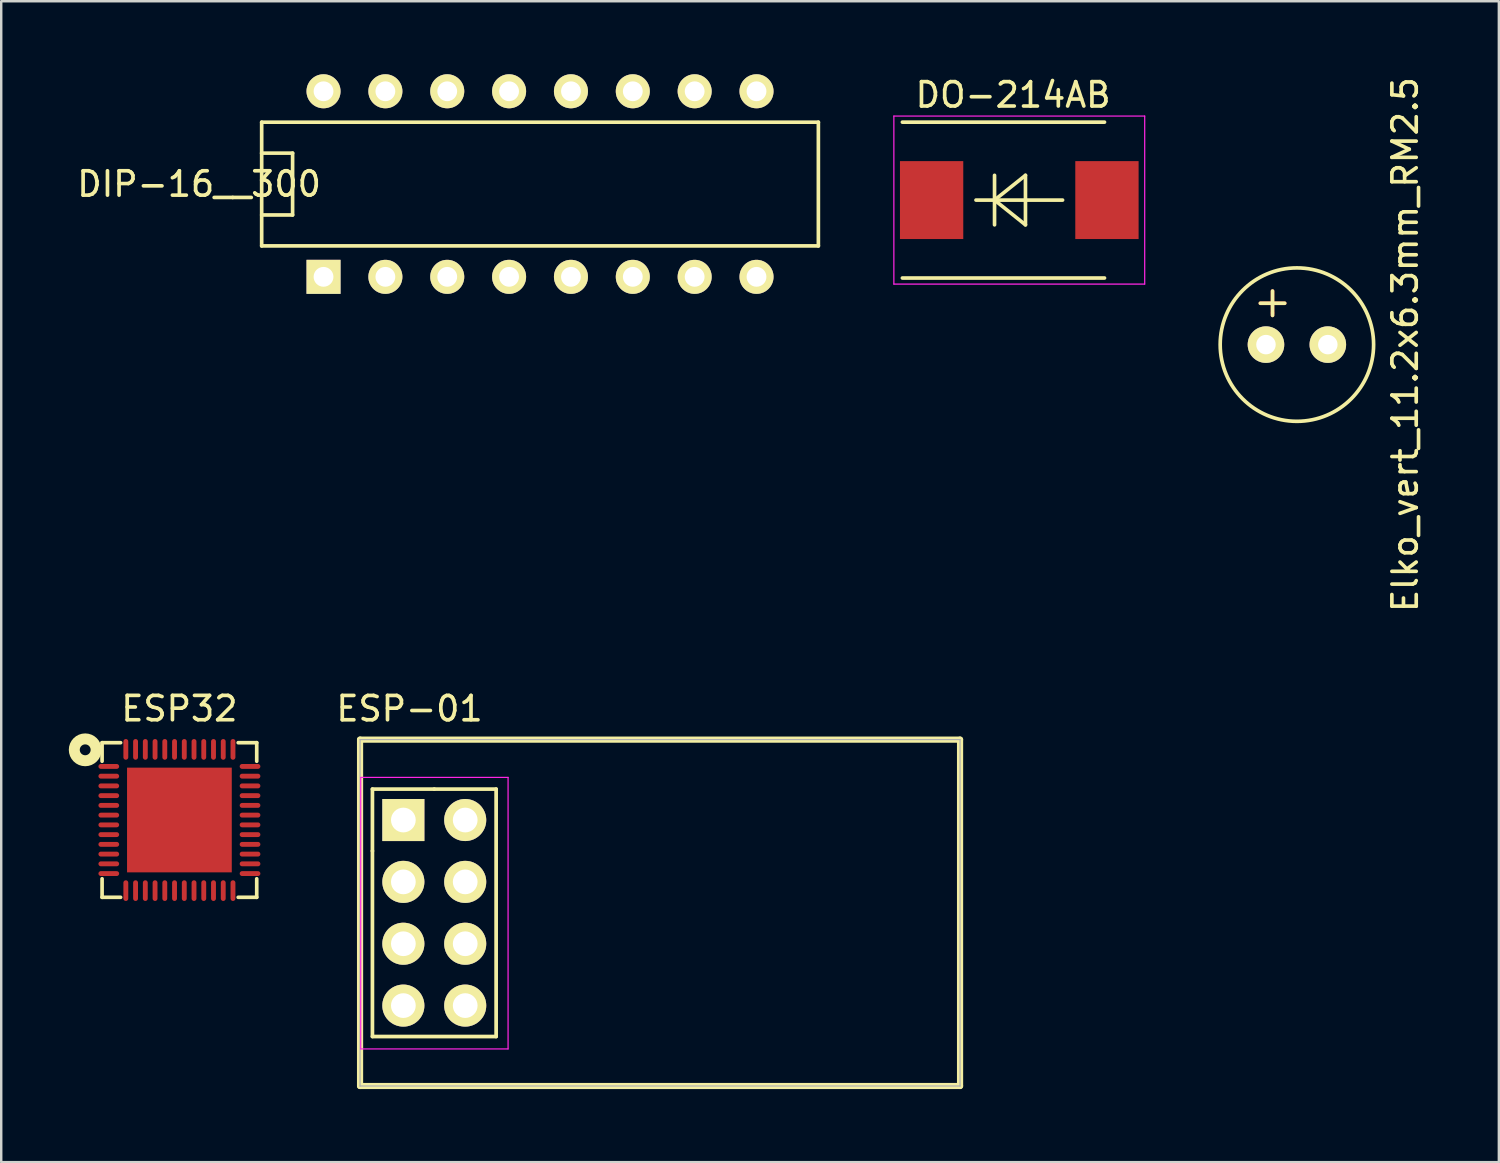
<source format=kicad_pcb>
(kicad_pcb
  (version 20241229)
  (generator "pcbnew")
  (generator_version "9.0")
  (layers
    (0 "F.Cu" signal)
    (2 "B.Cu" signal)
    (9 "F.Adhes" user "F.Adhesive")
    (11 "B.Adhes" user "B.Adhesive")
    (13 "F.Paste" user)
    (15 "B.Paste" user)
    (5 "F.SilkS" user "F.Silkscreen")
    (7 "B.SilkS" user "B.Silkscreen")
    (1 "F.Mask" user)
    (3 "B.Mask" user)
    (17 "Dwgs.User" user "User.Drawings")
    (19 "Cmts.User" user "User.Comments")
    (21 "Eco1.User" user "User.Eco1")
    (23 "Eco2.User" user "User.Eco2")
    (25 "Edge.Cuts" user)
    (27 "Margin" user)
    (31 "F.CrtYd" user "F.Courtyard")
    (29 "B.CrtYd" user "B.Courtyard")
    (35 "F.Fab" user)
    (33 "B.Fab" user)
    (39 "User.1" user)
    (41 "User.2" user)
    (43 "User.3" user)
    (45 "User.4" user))
  (footprint "ESP32"
    (layer "F.Cu")
    (at 4.299 30.64)
    (property "Reference" "ESP32" (at 0.018 -4.59 0) (layer "F.SilkS") (effects (font (size 1 1) (thickness 0.15))))
    (fp_line (start -3.157 -3.193) (end -3.157 -2.431) (stroke (width 0.15) (type solid)) (layer "F.SilkS"))
    (fp_line (start -3.157 2.395) (end -3.157 3.157) (stroke (width 0.15) (type solid)) (layer "F.SilkS"))
    (fp_line (start -3.157 3.157) (end -2.395 3.157) (stroke (width 0.15) (type solid)) (layer "F.SilkS"))
    (fp_line (start -2.395 -3.193) (end -3.157 -3.193) (stroke (width 0.15) (type solid)) (layer "F.SilkS"))
    (fp_line (start 2.431 -3.193) (end 3.193 -3.193) (stroke (width 0.15) (type solid)) (layer "F.SilkS"))
    (fp_line (start 3.193 -3.193) (end 3.193 -2.431) (stroke (width 0.15) (type solid)) (layer "F.SilkS"))
    (fp_line (start 3.193 2.395) (end 3.193 3.157) (stroke (width 0.15) (type solid)) (layer "F.SilkS"))
    (fp_line (start 3.193 3.157) (end 2.431 3.157) (stroke (width 0.15) (type solid)) (layer "F.SilkS"))
    (fp_circle (center -3.85 -2.9) (end -3.95 -3.1) (stroke (width 0.45) (type solid)) (fill no) (layer "F.SilkS"))
    (pad "1" smd oval (at -2.882 -2.218) (size 0.85 0.2) (layers "F.Cu" "F.Mask" "F.Paste"))
    (pad "2" smd oval (at -2.882 -1.818) (size 0.85 0.2) (layers "F.Cu" "F.Mask" "F.Paste"))
    (pad "3" smd oval (at -2.882 -1.418) (size 0.85 0.2) (layers "F.Cu" "F.Mask" "F.Paste"))
    (pad "4" smd oval (at -2.882 -1.018) (size 0.85 0.2) (layers "F.Cu" "F.Mask" "F.Paste"))
    (pad "5" smd oval (at -2.882 -0.618) (size 0.85 0.2) (layers "F.Cu" "F.Mask" "F.Paste"))
    (pad "6" smd oval (at -2.882 -0.218) (size 0.85 0.2) (layers "F.Cu" "F.Mask" "F.Paste"))
    (pad "7" smd oval (at -2.882 0.182) (size 0.85 0.2) (layers "F.Cu" "F.Mask" "F.Paste"))
    (pad "8" smd oval (at -2.882 0.582) (size 0.85 0.2) (layers "F.Cu" "F.Mask" "F.Paste"))
    (pad "9" smd oval (at -2.882 0.982) (size 0.85 0.2) (layers "F.Cu" "F.Mask" "F.Paste"))
    (pad "10" smd oval (at -2.882 1.382) (size 0.85 0.2) (layers "F.Cu" "F.Mask" "F.Paste"))
    (pad "11" smd oval (at -2.882 1.782) (size 0.85 0.2) (layers "F.Cu" "F.Mask" "F.Paste"))
    (pad "12" smd oval (at -2.882 2.182) (size 0.85 0.2) (layers "F.Cu" "F.Mask" "F.Paste"))
    (pad "13" smd oval (at -2.182 2.882) (size 0.2 0.85) (layers "F.Cu" "F.Mask" "F.Paste"))
    (pad "14" smd oval (at -1.782 2.882) (size 0.2 0.85) (layers "F.Cu" "F.Mask" "F.Paste"))
    (pad "15" smd oval (at -1.382 2.882) (size 0.2 0.85) (layers "F.Cu" "F.Mask" "F.Paste"))
    (pad "16" smd oval (at -0.982 2.882) (size 0.2 0.85) (layers "F.Cu" "F.Mask" "F.Paste"))
    (pad "17" smd oval (at -0.582 2.882) (size 0.2 0.85) (layers "F.Cu" "F.Mask" "F.Paste"))
    (pad "18" smd oval (at -0.182 2.882) (size 0.2 0.85) (layers "F.Cu" "F.Mask" "F.Paste"))
    (pad "19" smd oval (at 0.218 2.882) (size 0.2 0.85) (layers "F.Cu" "F.Mask" "F.Paste"))
    (pad "20" smd oval (at 0.618 2.882) (size 0.2 0.85) (layers "F.Cu" "F.Mask" "F.Paste"))
    (pad "21" smd oval (at 1.018 2.882) (size 0.2 0.85) (layers "F.Cu" "F.Mask" "F.Paste"))
    (pad "22" smd oval (at 1.418 2.882) (size 0.2 0.85) (layers "F.Cu" "F.Mask" "F.Paste"))
    (pad "23" smd oval (at 1.818 2.882) (size 0.2 0.85) (layers "F.Cu" "F.Mask" "F.Paste"))
    (pad "24" smd oval (at 2.218 2.882) (size 0.2 0.85) (layers "F.Cu" "F.Mask" "F.Paste"))
    (pad "25" smd oval (at 2.918 2.182) (size 0.85 0.2) (layers "F.Cu" "F.Mask" "F.Paste"))
    (pad "26" smd oval (at 2.918 1.782) (size 0.85 0.2) (layers "F.Cu" "F.Mask" "F.Paste"))
    (pad "27" smd oval (at 2.918 1.382) (size 0.85 0.2) (layers "F.Cu" "F.Mask" "F.Paste"))
    (pad "28" smd oval (at 2.918 0.982) (size 0.85 0.2) (layers "F.Cu" "F.Mask" "F.Paste"))
    (pad "29" smd oval (at 2.918 0.582) (size 0.85 0.2) (layers "F.Cu" "F.Mask" "F.Paste"))
    (pad "30" smd oval (at 2.918 0.182) (size 0.85 0.2) (layers "F.Cu" "F.Mask" "F.Paste"))
    (pad "31" smd oval (at 2.918 -0.218) (size 0.85 0.2) (layers "F.Cu" "F.Mask" "F.Paste"))
    (pad "32" smd oval (at 2.918 -0.618) (size 0.85 0.2) (layers "F.Cu" "F.Mask" "F.Paste"))
    (pad "33" smd oval (at 2.918 -1.018) (size 0.85 0.2) (layers "F.Cu" "F.Mask" "F.Paste"))
    (pad "34" smd oval (at 2.918 -1.418) (size 0.85 0.2) (layers "F.Cu" "F.Mask" "F.Paste"))
    (pad "35" smd oval (at 2.918 -1.818) (size 0.85 0.2) (layers "F.Cu" "F.Mask" "F.Paste"))
    (pad "36" smd oval (at 2.918 -2.218) (size 0.85 0.2) (layers "F.Cu" "F.Mask" "F.Paste"))
    (pad "37" smd oval (at 2.218 -2.918) (size 0.2 0.85) (layers "F.Cu" "F.Mask" "F.Paste"))
    (pad "38" smd oval (at 1.818 -2.918) (size 0.2 0.85) (layers "F.Cu" "F.Mask" "F.Paste"))
    (pad "39" smd oval (at 1.418 -2.918) (size 0.2 0.85) (layers "F.Cu" "F.Mask" "F.Paste"))
    (pad "40" smd oval (at 1.018 -2.918) (size 0.2 0.85) (layers "F.Cu" "F.Mask" "F.Paste"))
    (pad "41" smd oval (at 0.618 -2.918) (size 0.2 0.85) (layers "F.Cu" "F.Mask" "F.Paste"))
    (pad "42" smd oval (at 0.218 -2.918) (size 0.2 0.85) (layers "F.Cu" "F.Mask" "F.Paste"))
    (pad "43" smd oval (at -0.182 -2.918) (size 0.2 0.85) (layers "F.Cu" "F.Mask" "F.Paste"))
    (pad "44" smd oval (at -0.582 -2.918) (size 0.2 0.85) (layers "F.Cu" "F.Mask" "F.Paste"))
    (pad "45" smd oval (at -0.982 -2.918) (size 0.2 0.85) (layers "F.Cu" "F.Mask" "F.Paste"))
    (pad "46" smd oval (at -1.382 -2.918) (size 0.2 0.85) (layers "F.Cu" "F.Mask" "F.Paste"))
    (pad "47" smd oval (at -1.782 -2.918) (size 0.2 0.85) (layers "F.Cu" "F.Mask" "F.Paste"))
    (pad "48" smd oval (at -2.182 -2.918) (size 0.2 0.85) (layers "F.Cu" "F.Mask" "F.Paste"))
    (pad "49" smd rect (at 0.018 -0.018) (size 4.3 4.3) (layers "F.Cu" "F.Mask" "F.Paste")))
  (footprint "Elko_vert_11.2x6.3mm_RM2.5"
    (layer "F.Cu")
    (at 48.935 11.101)
    (property "Reference" "Elko_vert_11.2x6.3mm_RM2.5" (at 5.715 0 90) (layer "F.SilkS") (effects (font (size 1 1) (thickness 0.15))))
    (attr through_hole)
    (fp_line (start -0.231 -1.699) (end 0.269 -1.699) (stroke (width 0.15) (type solid)) (layer "F.Cu"))
    (fp_line (start 0.269 -1.699) (end 0.269 -2.2) (stroke (width 0.15) (type solid)) (layer "F.Cu"))
    (fp_line (start 0.269 -1.699) (end 0.269 -1.3) (stroke (width 0.15) (type solid)) (layer "F.Cu"))
    (fp_line (start 0.269 -1.699) (end 0.77 -1.699) (stroke (width 0.15) (type solid)) (layer "F.Cu"))
    (fp_line (start 0.269 -1.3) (end 0.269 -1.199) (stroke (width 0.15) (type solid)) (layer "F.Cu"))
    (fp_line (start -0.231 -1.699) (end 0.77 -1.699) (stroke (width 0.15) (type solid)) (layer "F.SilkS"))
    (fp_line (start 0.269 -2.2) (end 0.269 -1.199) (stroke (width 0.15) (type solid)) (layer "F.SilkS"))
    (fp_circle (center 1.27 0) (end 4.42 0) (stroke (width 0.15) (type solid)) (fill no) (layer "F.SilkS"))
    (pad "1" thru_hole circle (at 0 0) (size 1.501 1.501) (drill 0.8) (layers "*.Cu" "*.Mask" "F.SilkS"))
    (pad "2" thru_hole circle (at 2.54 0) (size 1.501 1.501) (drill 0.8) (layers "*.Cu" "*.Mask" "F.SilkS")))
  (footprint "DO-214AB"
    (layer "F.Cu")
    (at 38.805 5.166)
    (property "Reference" "DO-214AB" (at -0.254 -4.318 0) (layer "F.SilkS") (effects (font (size 1 1) (thickness 0.15))))
    (attr smd)
    (fp_line (start -4.8 -3.2) (end 3.5 -3.2) (stroke (width 0.15) (type solid)) (layer "F.SilkS"))
    (fp_line (start -1.016 -1.016) (end -1.016 1.016) (stroke (width 0.15) (type solid)) (layer "F.SilkS"))
    (fp_line (start -1.016 0) (end 0.254 -1.016) (stroke (width 0.15) (type solid)) (layer "F.SilkS"))
    (fp_line (start -1.016 0) (end 0.254 1.016) (stroke (width 0.15) (type solid)) (layer "F.SilkS"))
    (fp_line (start 0.254 -1.016) (end 0.254 1.016) (stroke (width 0.15) (type solid)) (layer "F.SilkS"))
    (fp_line (start 1.778 0) (end -1.778 0) (stroke (width 0.15) (type solid)) (layer "F.SilkS"))
    (fp_line (start 3.5 3.2) (end -4.8 3.2) (stroke (width 0.15) (type solid)) (layer "F.SilkS"))
    (fp_line (start -5.15 -3.45) (end 5.15 -3.45) (stroke (width 0.05) (type solid)) (layer "F.CrtYd"))
    (fp_line (start -5.15 3.45) (end -5.15 -3.45) (stroke (width 0.05) (type solid)) (layer "F.CrtYd"))
    (fp_line (start 5.15 -3.45) (end 5.15 3.45) (stroke (width 0.05) (type solid)) (layer "F.CrtYd"))
    (fp_line (start 5.15 3.45) (end -5.15 3.45) (stroke (width 0.05) (type solid)) (layer "F.CrtYd"))
    (pad "1" smd rect (at -3.6 0) (size 2.6 3.2) (layers "F.Cu" "F.Mask" "F.Paste"))
    (pad "2" smd rect (at 3.6 0) (size 2.6 3.2) (layers "F.Cu" "F.Mask" "F.Paste")))
  (footprint "DIP-16__300"
    (layer "F.Cu")
    (at 19.125 4.508)
    (property "Reference" "DIP-16__300" (at -14 0 0) (layer "F.SilkS") (effects (font (size 1 1) (thickness 0.15))))
    (attr through_hole)
    (fp_line (start -11.43 -2.54) (end 11.43 -2.54) (stroke (width 0.15) (type solid)) (layer "F.SilkS"))
    (fp_line (start -11.43 -1.27) (end -11.43 -1.27) (stroke (width 0.15) (type solid)) (layer "F.SilkS"))
    (fp_line (start -11.43 -1.27) (end -10.16 -1.27) (stroke (width 0.15) (type solid)) (layer "F.SilkS"))
    (fp_line (start -11.43 2.54) (end -11.43 -2.54) (stroke (width 0.15) (type solid)) (layer "F.SilkS"))
    (fp_line (start -10.16 -1.27) (end -10.16 1.27) (stroke (width 0.15) (type solid)) (layer "F.SilkS"))
    (fp_line (start -10.16 1.27) (end -11.43 1.27) (stroke (width 0.15) (type solid)) (layer "F.SilkS"))
    (fp_line (start 11.43 -2.54) (end 11.43 2.54) (stroke (width 0.15) (type solid)) (layer "F.SilkS"))
    (fp_line (start 11.43 2.54) (end -11.43 2.54) (stroke (width 0.15) (type solid)) (layer "F.SilkS"))
    (pad "1" thru_hole rect (at -8.89 3.81) (size 1.397 1.397) (drill 0.813) (layers "*.Cu" "*.Mask" "F.SilkS"))
    (pad "2" thru_hole circle (at -6.35 3.81) (size 1.397 1.397) (drill 0.813) (layers "*.Cu" "*.Mask" "F.SilkS"))
    (pad "3" thru_hole circle (at -3.81 3.81) (size 1.397 1.397) (drill 0.813) (layers "*.Cu" "*.Mask" "F.SilkS"))
    (pad "4" thru_hole circle (at -1.27 3.81) (size 1.397 1.397) (drill 0.813) (layers "*.Cu" "*.Mask" "F.SilkS"))
    (pad "5" thru_hole circle (at 1.27 3.81) (size 1.397 1.397) (drill 0.813) (layers "*.Cu" "*.Mask" "F.SilkS"))
    (pad "6" thru_hole circle (at 3.81 3.81) (size 1.397 1.397) (drill 0.813) (layers "*.Cu" "*.Mask" "F.SilkS"))
    (pad "7" thru_hole circle (at 6.35 3.81) (size 1.397 1.397) (drill 0.813) (layers "*.Cu" "*.Mask" "F.SilkS"))
    (pad "8" thru_hole circle (at 8.89 3.81) (size 1.397 1.397) (drill 0.813) (layers "*.Cu" "*.Mask" "F.SilkS"))
    (pad "9" thru_hole circle (at 8.89 -3.81) (size 1.397 1.397) (drill 0.813) (layers "*.Cu" "*.Mask" "F.SilkS"))
    (pad "10" thru_hole circle (at 6.35 -3.81) (size 1.397 1.397) (drill 0.813) (layers "*.Cu" "*.Mask" "F.SilkS"))
    (pad "11" thru_hole circle (at 3.81 -3.81) (size 1.397 1.397) (drill 0.813) (layers "*.Cu" "*.Mask" "F.SilkS"))
    (pad "12" thru_hole circle (at 1.27 -3.81) (size 1.397 1.397) (drill 0.813) (layers "*.Cu" "*.Mask" "F.SilkS"))
    (pad "13" thru_hole circle (at -1.27 -3.81) (size 1.397 1.397) (drill 0.813) (layers "*.Cu" "*.Mask" "F.SilkS"))
    (pad "14" thru_hole circle (at -3.81 -3.81) (size 1.397 1.397) (drill 0.813) (layers "*.Cu" "*.Mask" "F.SilkS"))
    (pad "15" thru_hole circle (at -6.35 -3.81) (size 1.397 1.397) (drill 0.813) (layers "*.Cu" "*.Mask" "F.SilkS"))
    (pad "16" thru_hole circle (at -8.89 -3.81) (size 1.397 1.397) (drill 0.813) (layers "*.Cu" "*.Mask" "F.SilkS")))
  (footprint "ESP-01"
    (layer "F.Cu")
    (at 13.513 30.623)
    (property "Reference" "ESP-01" (at 0.254 -4.572 0) (layer "F.SilkS") (effects (font (size 1 1) (thickness 0.15))))
    (attr through_hole)
    (fp_line (start -1.778 -3.302) (end 22.86 -3.302) (stroke (width 0.254) (type solid)) (layer "F.SilkS"))
    (fp_line (start -1.778 10.922) (end -1.778 -3.302) (stroke (width 0.254) (type solid)) (layer "F.SilkS"))
    (fp_line (start -1.27 -1.27) (end -1.27 1.27) (stroke (width 0.152) (type solid)) (layer "F.SilkS"))
    (fp_line (start -1.27 1.27) (end -1.27 8.89) (stroke (width 0.152) (type solid)) (layer "F.SilkS"))
    (fp_line (start -1.27 8.89) (end 3.81 8.89) (stroke (width 0.152) (type solid)) (layer "F.SilkS"))
    (fp_line (start 1.27 -1.27) (end -1.27 -1.27) (stroke (width 0.152) (type solid)) (layer "F.SilkS"))
    (fp_line (start 3.81 -1.27) (end 1.27 -1.27) (stroke (width 0.152) (type solid)) (layer "F.SilkS"))
    (fp_line (start 3.81 8.89) (end 3.81 -1.27) (stroke (width 0.152) (type solid)) (layer "F.SilkS"))
    (fp_line (start 22.86 -3.302) (end 22.86 10.922) (stroke (width 0.254) (type solid)) (layer "F.SilkS"))
    (fp_line (start 22.86 10.922) (end -1.778 10.922) (stroke (width 0.254) (type solid)) (layer "F.SilkS"))
    (fp_line (start -1.75 -1.75) (end -1.75 9.4) (stroke (width 0.05) (type solid)) (layer "F.CrtYd"))
    (fp_line (start -1.75 -1.75) (end 4.3 -1.75) (stroke (width 0.05) (type solid)) (layer "F.CrtYd"))
    (fp_line (start -1.75 9.4) (end 4.3 9.4) (stroke (width 0.05) (type solid)) (layer "F.CrtYd"))
    (fp_line (start 4.3 -1.75) (end 4.3 9.4) (stroke (width 0.05) (type solid)) (layer "F.CrtYd"))
    (fp_line (start -1.778 -3.302) (end 22.86 -3.302) (stroke (width 0.05) (type solid)) (layer "F.Fab"))
    (fp_line (start -1.778 10.922) (end -1.778 -3.302) (stroke (width 0.05) (type solid)) (layer "F.Fab"))
    (fp_line (start 22.86 -3.302) (end 22.86 10.922) (stroke (width 0.05) (type solid)) (layer "F.Fab"))
    (fp_line (start 22.86 10.922) (end -1.778 10.922) (stroke (width 0.05) (type solid)) (layer "F.Fab"))
    (pad "1" thru_hole rect (at 0 0) (size 1.727 1.727) (drill 1.016) (layers "*.Cu" "*.Mask" "F.SilkS"))
    (pad "2" thru_hole oval (at 2.54 0) (size 1.727 1.727) (drill 1.016) (layers "*.Cu" "*.Mask" "F.SilkS"))
    (pad "3" thru_hole oval (at 0 2.54) (size 1.727 1.727) (drill 1.016) (layers "*.Cu" "*.Mask" "F.SilkS"))
    (pad "4" thru_hole oval (at 2.54 2.54) (size 1.727 1.727) (drill 1.016) (layers "*.Cu" "*.Mask" "F.SilkS"))
    (pad "5" thru_hole oval (at 0 5.08) (size 1.727 1.727) (drill 1.016) (layers "*.Cu" "*.Mask" "F.SilkS"))
    (pad "6" thru_hole oval (at 2.54 5.08) (size 1.727 1.727) (drill 1.016) (layers "*.Cu" "*.Mask" "F.SilkS"))
    (pad "7" thru_hole oval (at 0 7.62) (size 1.727 1.727) (drill 1.016) (layers "*.Cu" "*.Mask" "F.SilkS"))
    (pad "8" thru_hole oval (at 2.54 7.62) (size 1.727 1.727) (drill 1.016) (layers "*.Cu" "*.Mask" "F.SilkS")))
  (gr_rect
    (start -3 -3)
    (end 58.498 44.672)
    (stroke (width 0.1) (type default))
    (fill no)
    (layer "Edge.Cuts")))
</source>
